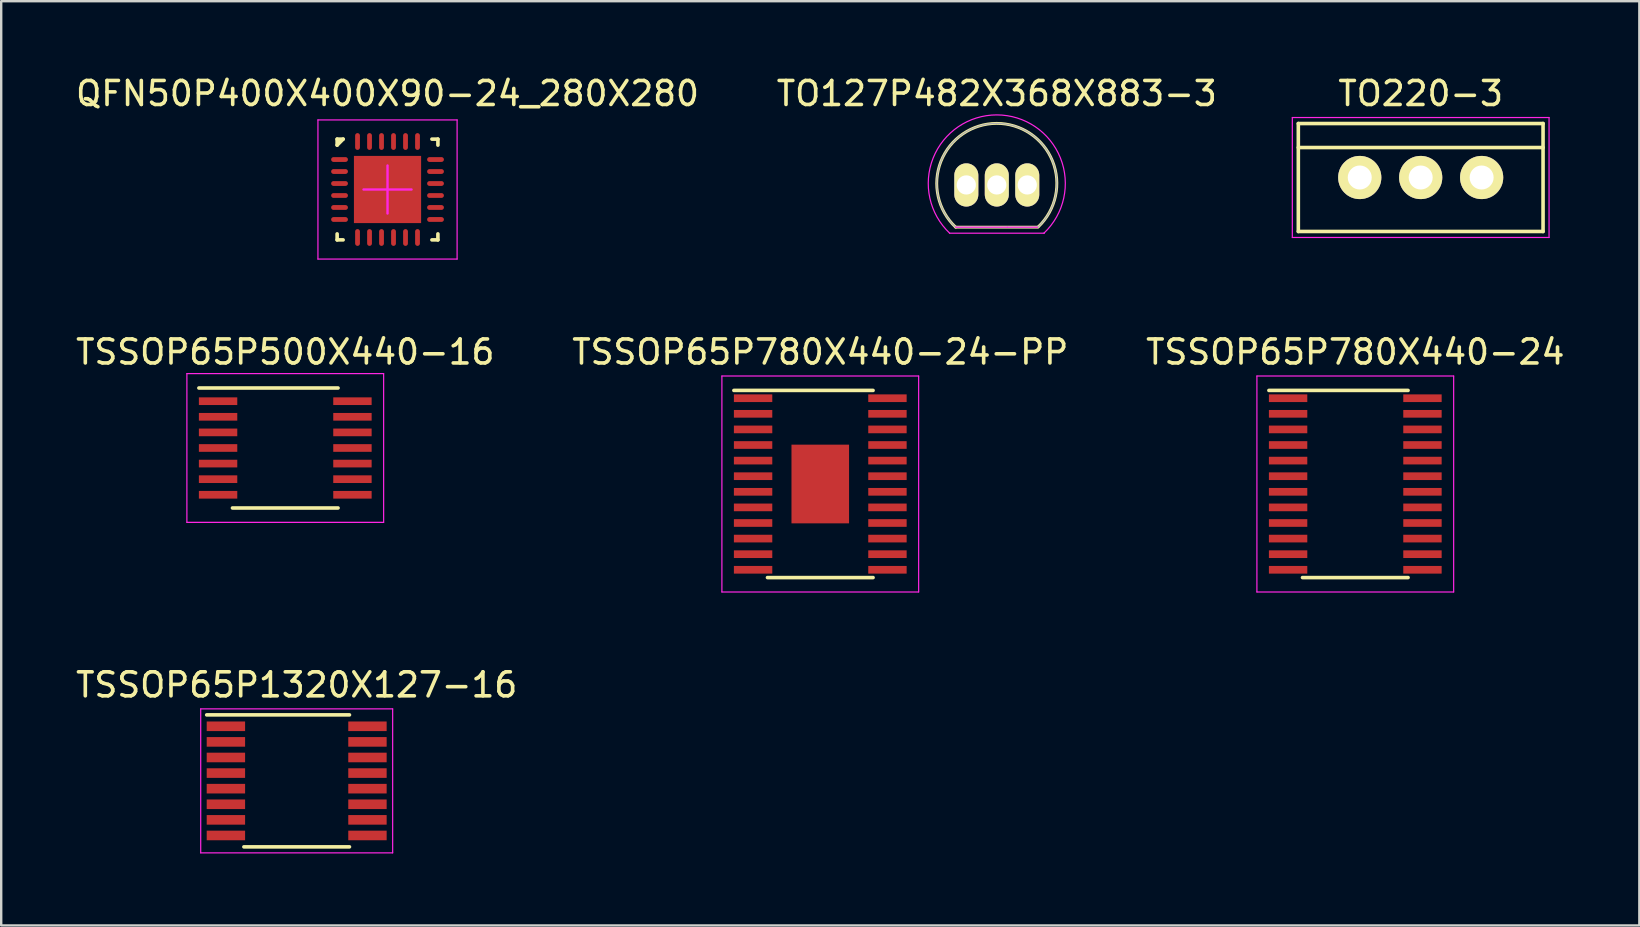
<source format=kicad_pcb>
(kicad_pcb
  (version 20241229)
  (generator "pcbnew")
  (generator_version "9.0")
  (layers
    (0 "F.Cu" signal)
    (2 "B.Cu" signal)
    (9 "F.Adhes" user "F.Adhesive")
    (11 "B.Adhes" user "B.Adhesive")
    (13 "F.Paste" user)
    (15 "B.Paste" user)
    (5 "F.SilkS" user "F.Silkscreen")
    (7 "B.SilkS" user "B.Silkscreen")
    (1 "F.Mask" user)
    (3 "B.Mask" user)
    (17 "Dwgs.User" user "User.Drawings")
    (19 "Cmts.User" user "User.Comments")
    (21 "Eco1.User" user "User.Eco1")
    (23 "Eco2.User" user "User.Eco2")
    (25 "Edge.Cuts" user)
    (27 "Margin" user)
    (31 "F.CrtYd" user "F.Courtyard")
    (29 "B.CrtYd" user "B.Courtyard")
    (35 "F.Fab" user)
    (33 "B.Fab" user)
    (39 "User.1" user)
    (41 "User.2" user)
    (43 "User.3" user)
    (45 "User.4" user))
  (footprint "TO220-3"
    (layer "F.Cu")
    (at 56.161 4.348)
    (property "Reference" "TO220-3" (at 0 -3.5 0) (layer "F.SilkS") (effects (font (size 1 1) (thickness 0.15))))
    (attr through_hole)
    (fp_line (start -5.1 -2.25) (end 5.1 -2.25) (stroke (width 0.15) (type solid)) (layer "F.SilkS"))
    (fp_line (start -5.1 2.25) (end -5.1 -2.25) (stroke (width 0.15) (type solid)) (layer "F.SilkS"))
    (fp_line (start 5.1 -2.25) (end 5.1 2.25) (stroke (width 0.15) (type solid)) (layer "F.SilkS"))
    (fp_line (start 5.1 -1.25) (end -5.1 -1.25) (stroke (width 0.15) (type solid)) (layer "F.SilkS"))
    (fp_line (start 5.1 2.25) (end -5.1 2.25) (stroke (width 0.15) (type solid)) (layer "F.SilkS"))
    (fp_line (start -5.35 -2.5) (end 5.35 -2.5) (stroke (width 0.05) (type solid)) (layer "F.CrtYd"))
    (fp_line (start -5.35 2.5) (end -5.35 -2.5) (stroke (width 0.05) (type solid)) (layer "F.CrtYd"))
    (fp_line (start 5.35 -2.5) (end 5.35 2.5) (stroke (width 0.05) (type solid)) (layer "F.CrtYd"))
    (fp_line (start 5.35 2.5) (end -5.35 2.5) (stroke (width 0.05) (type solid)) (layer "F.CrtYd"))
    (pad "1" thru_hole circle (at -2.54 0) (size 1.8 1.8) (drill 1) (layers "*.Cu" "*.Mask" "F.SilkS"))
    (pad "2" thru_hole circle (at 0 0) (size 1.8 1.8) (drill 1) (layers "*.Cu" "*.Mask" "F.SilkS"))
    (pad "3" thru_hole circle (at 2.54 0) (size 1.8 1.8) (drill 1) (layers "*.Cu" "*.Mask" "F.SilkS")))
  (footprint "TSSOP65P500X440-16"
    (layer "F.Cu")
    (at 8.839 15.621)
    (property "Reference" "TSSOP65P500X440-16" (at 0 -4 0) (layer "F.SilkS") (effects (font (size 1 1) (thickness 0.15))))
    (attr smd)
    (fp_line (start -3.6 -2.5) (end 2.2 -2.5) (stroke (width 0.15) (type solid)) (layer "F.SilkS"))
    (fp_line (start 2.2 2.5) (end -2.2 2.5) (stroke (width 0.15) (type solid)) (layer "F.SilkS"))
    (fp_line (start -4.1 -3.1) (end 4.1 -3.1) (stroke (width 0.05) (type solid)) (layer "F.CrtYd"))
    (fp_line (start -4.1 3.1) (end -4.1 -3.1) (stroke (width 0.05) (type solid)) (layer "F.CrtYd"))
    (fp_line (start 4.1 -3.1) (end 4.1 3.1) (stroke (width 0.05) (type solid)) (layer "F.CrtYd"))
    (fp_line (start 4.1 3.1) (end -4.1 3.1) (stroke (width 0.05) (type solid)) (layer "F.CrtYd"))
    (pad "1" smd rect (at -2.8 -1.95) (size 1.6 0.32) (layers "F.Cu" "F.Mask" "F.Paste"))
    (pad "2" smd rect (at -2.8 -1.3) (size 1.6 0.32) (layers "F.Cu" "F.Mask" "F.Paste"))
    (pad "3" smd rect (at -2.8 -0.65) (size 1.6 0.32) (layers "F.Cu" "F.Mask" "F.Paste"))
    (pad "4" smd rect (at -2.8 0) (size 1.6 0.32) (layers "F.Cu" "F.Mask" "F.Paste"))
    (pad "5" smd rect (at -2.8 0.65) (size 1.6 0.32) (layers "F.Cu" "F.Mask" "F.Paste"))
    (pad "6" smd rect (at -2.8 1.3) (size 1.6 0.32) (layers "F.Cu" "F.Mask" "F.Paste"))
    (pad "7" smd rect (at -2.8 1.95) (size 1.6 0.32) (layers "F.Cu" "F.Mask" "F.Paste"))
    (pad "8" smd rect (at 2.8 1.95) (size 1.6 0.32) (layers "F.Cu" "F.Mask" "F.Paste"))
    (pad "9" smd rect (at 2.8 1.3) (size 1.6 0.32) (layers "F.Cu" "F.Mask" "F.Paste"))
    (pad "10" smd rect (at 2.8 0.65) (size 1.6 0.32) (layers "F.Cu" "F.Mask" "F.Paste"))
    (pad "11" smd rect (at 2.8 0) (size 1.6 0.32) (layers "F.Cu" "F.Mask" "F.Paste"))
    (pad "12" smd rect (at 2.8 -0.65) (size 1.6 0.32) (layers "F.Cu" "F.Mask" "F.Paste"))
    (pad "13" smd rect (at 2.8 -1.3) (size 1.6 0.32) (layers "F.Cu" "F.Mask" "F.Paste"))
    (pad "14" smd rect (at 2.8 -1.95) (size 1.6 0.32) (layers "F.Cu" "F.Mask" "F.Paste")))
  (footprint "TO127P482X368X883-3"
    (layer "F.Cu")
    (at 37.224 4.658)
    (property "Reference" "TO127P482X368X883-3" (at 1.27 -3.81 0) (layer "F.SilkS") (effects (font (size 1 1) (thickness 0.15))))
    (attr through_hole)
    (fp_line (start -0.44 1.76) (end 2.98 1.76) (stroke (width 0.12) (type solid)) (layer "F.SilkS"))
    (fp_arc (start -0.445 1.76) (mid 1.259147 -2.565886) (end 3.000745 1.745058) (stroke (width 0.12) (type solid)) (layer "F.SilkS"))
    (fp_line (start -0.7 2.01) (end 3.24 2.01) (stroke (width 0.05) (type solid)) (layer "F.CrtYd"))
    (fp_line (start -0.45 1.76) (end 2.97 1.76) (stroke (width 0.05) (type solid)) (layer "F.CrtYd"))
    (fp_line (start -0.35 0) (end 0.35 0) (stroke (width 0.05) (type solid)) (layer "F.CrtYd"))
    (fp_line (start 0 -0.35) (end 0 0.35) (stroke (width 0.05) (type solid)) (layer "F.CrtYd"))
    (fp_line (start 1.71 1.76) (end 1.71 1.76) (stroke (width 0.05) (type solid)) (layer "F.CrtYd"))
    (fp_line (start 3.24 2.01) (end 3.24 2.01) (stroke (width 0.05) (type solid)) (layer "F.CrtYd"))
    (fp_arc (start -0.695 2.01) (mid 1.268401 -2.919318) (end 3.237319 2.007799) (stroke (width 0.05) (type solid)) (layer "F.CrtYd"))
    (fp_circle (center 0 0) (end 0.25 0) (stroke (width 0.05) (type solid)) (fill no) (layer "F.CrtYd"))
    (fp_line (start -0.44 1.76) (end 2.98 1.76) (stroke (width 0.05) (type solid)) (layer "F.Fab"))
    (fp_arc (start -0.445 1.76) (mid 1.267883 -2.565908) (end 2.988081 1.757097) (stroke (width 0.05) (type solid)) (layer "F.Fab"))
    (pad "1" thru_hole oval (at 0 0) (size 1 1.8) (drill 0.8) (layers "*.Cu" "*.Mask" "F.SilkS"))
    (pad "2" thru_hole oval (at 1.27 0) (size 1 1.8) (drill 0.8) (layers "*.Cu" "*.Mask" "F.SilkS"))
    (pad "3" thru_hole oval (at 2.54 0) (size 1 1.8) (drill 0.8) (layers "*.Cu" "*.Mask" "F.SilkS")))
  (footprint "TSSOP65P780X440-24"
    (layer "F.Cu")
    (at 53.435 17.122)
    (property "Reference" "TSSOP65P780X440-24" (at 0 -5.5 0) (layer "F.SilkS") (effects (font (size 1 1) (thickness 0.15))))
    (attr smd)
    (fp_line (start -3.6 -3.9) (end 2.2 -3.9) (stroke (width 0.15) (type solid)) (layer "F.SilkS"))
    (fp_line (start 2.2 3.9) (end -2.2 3.9) (stroke (width 0.15) (type solid)) (layer "F.SilkS"))
    (fp_line (start -4.1 -4.5) (end 4.1 -4.5) (stroke (width 0.05) (type solid)) (layer "F.CrtYd"))
    (fp_line (start -4.1 4.5) (end -4.1 -4.5) (stroke (width 0.05) (type solid)) (layer "F.CrtYd"))
    (fp_line (start 4.1 -4.5) (end 4.1 4.5) (stroke (width 0.05) (type solid)) (layer "F.CrtYd"))
    (fp_line (start 4.1 4.5) (end -4.1 4.5) (stroke (width 0.05) (type solid)) (layer "F.CrtYd"))
    (pad "1" smd rect (at -2.8 -3.575) (size 1.6 0.32) (layers "F.Cu" "F.Mask" "F.Paste"))
    (pad "2" smd rect (at -2.8 -2.925) (size 1.6 0.32) (layers "F.Cu" "F.Mask" "F.Paste"))
    (pad "3" smd rect (at -2.8 -2.275) (size 1.6 0.32) (layers "F.Cu" "F.Mask" "F.Paste"))
    (pad "4" smd rect (at -2.8 -1.625) (size 1.6 0.32) (layers "F.Cu" "F.Mask" "F.Paste"))
    (pad "5" smd rect (at -2.8 -0.975) (size 1.6 0.32) (layers "F.Cu" "F.Mask" "F.Paste"))
    (pad "6" smd rect (at -2.8 -0.325) (size 1.6 0.32) (layers "F.Cu" "F.Mask" "F.Paste"))
    (pad "7" smd rect (at -2.8 0.325) (size 1.6 0.32) (layers "F.Cu" "F.Mask" "F.Paste"))
    (pad "8" smd rect (at -2.8 0.975) (size 1.6 0.32) (layers "F.Cu" "F.Mask" "F.Paste"))
    (pad "9" smd rect (at -2.8 1.625) (size 1.6 0.32) (layers "F.Cu" "F.Mask" "F.Paste"))
    (pad "10" smd rect (at -2.8 2.275) (size 1.6 0.32) (layers "F.Cu" "F.Mask" "F.Paste"))
    (pad "11" smd rect (at -2.8 2.925) (size 1.6 0.32) (layers "F.Cu" "F.Mask" "F.Paste"))
    (pad "12" smd rect (at -2.8 3.575) (size 1.6 0.32) (layers "F.Cu" "F.Mask" "F.Paste"))
    (pad "13" smd rect (at 2.8 3.575) (size 1.6 0.32) (layers "F.Cu" "F.Mask" "F.Paste"))
    (pad "14" smd rect (at 2.8 2.925) (size 1.6 0.32) (layers "F.Cu" "F.Mask" "F.Paste"))
    (pad "15" smd rect (at 2.8 2.275) (size 1.6 0.32) (layers "F.Cu" "F.Mask" "F.Paste"))
    (pad "16" smd rect (at 2.8 1.625) (size 1.6 0.32) (layers "F.Cu" "F.Mask" "F.Paste"))
    (pad "17" smd rect (at 2.8 0.975) (size 1.6 0.32) (layers "F.Cu" "F.Mask" "F.Paste"))
    (pad "18" smd rect (at 2.8 0.325) (size 1.6 0.32) (layers "F.Cu" "F.Mask" "F.Paste"))
    (pad "19" smd rect (at 2.8 -0.325) (size 1.6 0.32) (layers "F.Cu" "F.Mask" "F.Paste"))
    (pad "20" smd rect (at 2.8 -0.975) (size 1.6 0.32) (layers "F.Cu" "F.Mask" "F.Paste"))
    (pad "21" smd rect (at 2.8 -1.625) (size 1.6 0.32) (layers "F.Cu" "F.Mask" "F.Paste"))
    (pad "22" smd rect (at 2.8 -2.275) (size 1.6 0.32) (layers "F.Cu" "F.Mask" "F.Paste"))
    (pad "23" smd rect (at 2.8 -2.925) (size 1.6 0.32) (layers "F.Cu" "F.Mask" "F.Paste"))
    (pad "24" smd rect (at 2.8 -3.575) (size 1.6 0.32) (layers "F.Cu" "F.Mask" "F.Paste")))
  (footprint "TSSOP65P780X440-24-PP"
    (layer "F.Cu")
    (at 31.137 17.122)
    (property "Reference" "TSSOP65P780X440-24-PP" (at 0 -5.5 0) (layer "F.SilkS") (effects (font (size 1 1) (thickness 0.15))))
    (attr smd)
    (fp_line (start -3.6 -3.9) (end 2.2 -3.9) (stroke (width 0.15) (type solid)) (layer "F.SilkS"))
    (fp_line (start 2.2 3.9) (end -2.2 3.9) (stroke (width 0.15) (type solid)) (layer "F.SilkS"))
    (fp_line (start -4.1 -4.5) (end 4.1 -4.5) (stroke (width 0.05) (type solid)) (layer "F.CrtYd"))
    (fp_line (start -4.1 4.5) (end -4.1 -4.5) (stroke (width 0.05) (type solid)) (layer "F.CrtYd"))
    (fp_line (start 4.1 -4.5) (end 4.1 4.5) (stroke (width 0.05) (type solid)) (layer "F.CrtYd"))
    (fp_line (start 4.1 4.5) (end -4.1 4.5) (stroke (width 0.05) (type solid)) (layer "F.CrtYd"))
    (pad "1" smd rect (at -2.8 -3.575) (size 1.6 0.32) (layers "F.Cu" "F.Mask" "F.Paste"))
    (pad "2" smd rect (at -2.8 -2.925) (size 1.6 0.32) (layers "F.Cu" "F.Mask" "F.Paste"))
    (pad "3" smd rect (at -2.8 -2.275) (size 1.6 0.32) (layers "F.Cu" "F.Mask" "F.Paste"))
    (pad "4" smd rect (at -2.8 -1.625) (size 1.6 0.32) (layers "F.Cu" "F.Mask" "F.Paste"))
    (pad "5" smd rect (at -2.8 -0.975) (size 1.6 0.32) (layers "F.Cu" "F.Mask" "F.Paste"))
    (pad "6" smd rect (at -2.8 -0.325) (size 1.6 0.32) (layers "F.Cu" "F.Mask" "F.Paste"))
    (pad "7" smd rect (at -2.8 0.325) (size 1.6 0.32) (layers "F.Cu" "F.Mask" "F.Paste"))
    (pad "8" smd rect (at -2.8 0.975) (size 1.6 0.32) (layers "F.Cu" "F.Mask" "F.Paste"))
    (pad "9" smd rect (at -2.8 1.625) (size 1.6 0.32) (layers "F.Cu" "F.Mask" "F.Paste"))
    (pad "10" smd rect (at -2.8 2.275) (size 1.6 0.32) (layers "F.Cu" "F.Mask" "F.Paste"))
    (pad "11" smd rect (at -2.8 2.925) (size 1.6 0.32) (layers "F.Cu" "F.Mask" "F.Paste"))
    (pad "12" smd rect (at -2.8 3.575) (size 1.6 0.32) (layers "F.Cu" "F.Mask" "F.Paste"))
    (pad "13" smd rect (at 2.8 3.575) (size 1.6 0.32) (layers "F.Cu" "F.Mask" "F.Paste"))
    (pad "14" smd rect (at 2.8 2.925) (size 1.6 0.32) (layers "F.Cu" "F.Mask" "F.Paste"))
    (pad "15" smd rect (at 2.8 2.275) (size 1.6 0.32) (layers "F.Cu" "F.Mask" "F.Paste"))
    (pad "16" smd rect (at 2.8 1.625) (size 1.6 0.32) (layers "F.Cu" "F.Mask" "F.Paste"))
    (pad "17" smd rect (at 2.8 0.975) (size 1.6 0.32) (layers "F.Cu" "F.Mask" "F.Paste"))
    (pad "18" smd rect (at 2.8 0.325) (size 1.6 0.32) (layers "F.Cu" "F.Mask" "F.Paste"))
    (pad "19" smd rect (at 2.8 -0.325) (size 1.6 0.32) (layers "F.Cu" "F.Mask" "F.Paste"))
    (pad "20" smd rect (at 2.8 -0.975) (size 1.6 0.32) (layers "F.Cu" "F.Mask" "F.Paste"))
    (pad "21" smd rect (at 2.8 -1.625) (size 1.6 0.32) (layers "F.Cu" "F.Mask" "F.Paste"))
    (pad "22" smd rect (at 2.8 -2.275) (size 1.6 0.32) (layers "F.Cu" "F.Mask" "F.Paste"))
    (pad "23" smd rect (at 2.8 -2.925) (size 1.6 0.32) (layers "F.Cu" "F.Mask" "F.Paste"))
    (pad "24" smd rect (at 2.8 -3.575) (size 1.6 0.32) (layers "F.Cu" "F.Mask" "F.Paste"))
    (pad "25" smd rect (at 0 0) (size 2.4 3.28) (layers "F.Cu" "F.Mask" "F.Paste")))
  (footprint "QFN50P400X400X90-24_280X280"
    (layer "F.Cu")
    (at 13.101 4.848)
    (property "Reference" "QFN50P400X400X90-24_280X280" (at 0 -4 0) (layer "F.SilkS") (effects (font (size 1 1) (thickness 0.15))))
    (attr smd)
    (fp_line (start -2.1 -2.1) (end -1.85 -2.1) (stroke (width 0.15) (type solid)) (layer "F.SilkS"))
    (fp_line (start -2.1 -1.85) (end -2.1 -2.1) (stroke (width 0.15) (type solid)) (layer "F.SilkS"))
    (fp_line (start -2.1 -1.85) (end -1.85 -2.1) (stroke (width 0.15) (type solid)) (layer "F.SilkS"))
    (fp_line (start -2.1 2.1) (end -2.1 1.85) (stroke (width 0.15) (type solid)) (layer "F.SilkS"))
    (fp_line (start -1.85 2.1) (end -2.1 2.1) (stroke (width 0.15) (type solid)) (layer "F.SilkS"))
    (fp_line (start 1.85 -2.1) (end 2.1 -2.1) (stroke (width 0.15) (type solid)) (layer "F.SilkS"))
    (fp_line (start 2.1 -2.1) (end 2.1 -1.85) (stroke (width 0.15) (type solid)) (layer "F.SilkS"))
    (fp_line (start 2.1 1.85) (end 2.1 2.1) (stroke (width 0.15) (type solid)) (layer "F.SilkS"))
    (fp_line (start 2.1 2.1) (end 1.85 2.1) (stroke (width 0.15) (type solid)) (layer "F.SilkS"))
    (fp_line (start -2.9 -2.9) (end -2.9 2.9) (stroke (width 0.05) (type solid)) (layer "F.CrtYd"))
    (fp_line (start -2.9 -2.9) (end 2.9 -2.9) (stroke (width 0.05) (type solid)) (layer "F.CrtYd"))
    (fp_line (start -2.9 2.9) (end 2.9 2.9) (stroke (width 0.05) (type solid)) (layer "F.CrtYd"))
    (fp_line (start -1 0) (end 1 0) (stroke (width 0.1) (type solid)) (layer "F.CrtYd"))
    (fp_line (start 0 -1) (end 0 1) (stroke (width 0.1) (type solid)) (layer "F.CrtYd"))
    (fp_line (start 2.9 -2.9) (end 2.9 2.9) (stroke (width 0.05) (type solid)) (layer "F.CrtYd"))
    (pad "1" smd oval (at -2 -1.25 90) (size 0.2 0.7) (layers "F.Cu" "F.Mask" "F.Paste"))
    (pad "2" smd oval (at -2 -0.75 90) (size 0.2 0.7) (layers "F.Cu" "F.Mask" "F.Paste"))
    (pad "3" smd oval (at -2 -0.25 90) (size 0.2 0.7) (layers "F.Cu" "F.Mask" "F.Paste"))
    (pad "4" smd oval (at -2 0.25 90) (size 0.2 0.7) (layers "F.Cu" "F.Mask" "F.Paste"))
    (pad "5" smd oval (at -2 0.75 90) (size 0.2 0.7) (layers "F.Cu" "F.Mask" "F.Paste"))
    (pad "6" smd oval (at -2 1.25 90) (size 0.2 0.7) (layers "F.Cu" "F.Mask" "F.Paste"))
    (pad "7" smd oval (at -1.25 2 180) (size 0.2 0.7) (layers "F.Cu" "F.Mask" "F.Paste"))
    (pad "8" smd oval (at -0.75 2) (size 0.2 0.7) (layers "F.Cu" "F.Mask" "F.Paste"))
    (pad "9" smd oval (at -0.25 2) (size 0.2 0.7) (layers "F.Cu" "F.Mask" "F.Paste"))
    (pad "10" smd oval (at 0.25 2) (size 0.2 0.7) (layers "F.Cu" "F.Mask" "F.Paste"))
    (pad "11" smd oval (at 0.75 2 180) (size 0.2 0.7) (layers "F.Cu" "F.Mask" "F.Paste"))
    (pad "12" smd oval (at 1.25 2 180) (size 0.2 0.7) (layers "F.Cu" "F.Mask" "F.Paste"))
    (pad "13" smd oval (at 2 1.25 90) (size 0.2 0.7) (layers "F.Cu" "F.Mask" "F.Paste"))
    (pad "14" smd oval (at 2 0.75 90) (size 0.2 0.7) (layers "F.Cu" "F.Mask" "F.Paste"))
    (pad "15" smd oval (at 2 0.25 90) (size 0.2 0.7) (layers "F.Cu" "F.Mask" "F.Paste"))
    (pad "16" smd oval (at 2 -0.25 90) (size 0.2 0.7) (layers "F.Cu" "F.Mask" "F.Paste"))
    (pad "17" smd oval (at 2 -0.75 90) (size 0.2 0.7) (layers "F.Cu" "F.Mask" "F.Paste"))
    (pad "18" smd oval (at 2 -1.25 90) (size 0.2 0.7) (layers "F.Cu" "F.Mask" "F.Paste"))
    (pad "19" smd oval (at 1.25 -2 180) (size 0.2 0.7) (layers "F.Cu" "F.Mask" "F.Paste"))
    (pad "20" smd oval (at 0.75 -2 180) (size 0.2 0.7) (layers "F.Cu" "F.Mask" "F.Paste"))
    (pad "21" smd oval (at 0.25 -2 180) (size 0.2 0.7) (layers "F.Cu" "F.Mask" "F.Paste"))
    (pad "22" smd oval (at -0.25 -2 180) (size 0.2 0.7) (layers "F.Cu" "F.Mask" "F.Paste"))
    (pad "23" smd oval (at -0.75 -2 180) (size 0.2 0.7) (layers "F.Cu" "F.Mask" "F.Paste"))
    (pad "24" smd oval (at -1.25 -2 180) (size 0.2 0.7) (layers "F.Cu" "F.Mask" "F.Paste"))
    (pad "25" smd rect (at 0 0) (size 2.8 2.8) (layers "F.Cu" "F.Mask" "F.Paste")))
  (footprint "TSSOP65P1320X127-16"
    (layer "F.Cu")
    (at 9.315 29.495)
    (property "Reference" "TSSOP65P1320X127-16" (at 0 -4 0) (layer "F.SilkS") (effects (font (size 1 1) (thickness 0.15))))
    (attr smd)
    (fp_line (start -2.2 2.75) (end 2.2 2.75) (stroke (width 0.15) (type solid)) (layer "F.SilkS"))
    (fp_line (start 2.2 -2.75) (end -3.75 -2.75) (stroke (width 0.15) (type solid)) (layer "F.SilkS"))
    (fp_line (start -4 -3) (end 4 -3) (stroke (width 0.05) (type solid)) (layer "F.CrtYd"))
    (fp_line (start -4 3) (end -4 -3) (stroke (width 0.05) (type solid)) (layer "F.CrtYd"))
    (fp_line (start 4 -3) (end 4 3) (stroke (width 0.05) (type solid)) (layer "F.CrtYd"))
    (fp_line (start 4 3) (end -4 3) (stroke (width 0.05) (type solid)) (layer "F.CrtYd"))
    (pad "1" smd rect (at -2.95 -2.275) (size 1.6 0.4) (layers "F.Cu" "F.Mask" "F.Paste"))
    (pad "2" smd rect (at -2.95 -1.625) (size 1.6 0.4) (layers "F.Cu" "F.Mask" "F.Paste"))
    (pad "3" smd rect (at -2.95 -0.975) (size 1.6 0.4) (layers "F.Cu" "F.Mask" "F.Paste"))
    (pad "4" smd rect (at -2.95 -0.325) (size 1.6 0.4) (layers "F.Cu" "F.Mask" "F.Paste"))
    (pad "5" smd rect (at -2.95 0.325) (size 1.6 0.4) (layers "F.Cu" "F.Mask" "F.Paste"))
    (pad "6" smd rect (at -2.95 0.975) (size 1.6 0.4) (layers "F.Cu" "F.Mask" "F.Paste"))
    (pad "7" smd rect (at -2.95 1.625) (size 1.6 0.4) (layers "F.Cu" "F.Mask" "F.Paste"))
    (pad "8" smd rect (at -2.95 2.275) (size 1.6 0.4) (layers "F.Cu" "F.Mask" "F.Paste"))
    (pad "9" smd rect (at 2.95 2.275) (size 1.6 0.4) (layers "F.Cu" "F.Mask" "F.Paste"))
    (pad "10" smd rect (at 2.95 1.625) (size 1.6 0.4) (layers "F.Cu" "F.Mask" "F.Paste"))
    (pad "11" smd rect (at 2.95 0.975) (size 1.6 0.4) (layers "F.Cu" "F.Mask" "F.Paste"))
    (pad "12" smd rect (at 2.95 0.325) (size 1.6 0.4) (layers "F.Cu" "F.Mask" "F.Paste"))
    (pad "13" smd rect (at 2.95 -0.325) (size 1.6 0.4) (layers "F.Cu" "F.Mask" "F.Paste"))
    (pad "14" smd rect (at 2.95 -0.975) (size 1.6 0.4) (layers "F.Cu" "F.Mask" "F.Paste"))
    (pad "15" smd rect (at 2.95 -1.625) (size 1.6 0.4) (layers "F.Cu" "F.Mask" "F.Paste"))
    (pad "16" smd rect (at 2.95 -2.275) (size 1.6 0.4) (layers "F.Cu" "F.Mask" "F.Paste")))
  (gr_rect
    (start -3 -3)
    (end 65.274 35.52)
    (stroke (width 0.1) (type default))
    (fill no)
    (layer "Edge.Cuts")))
</source>
